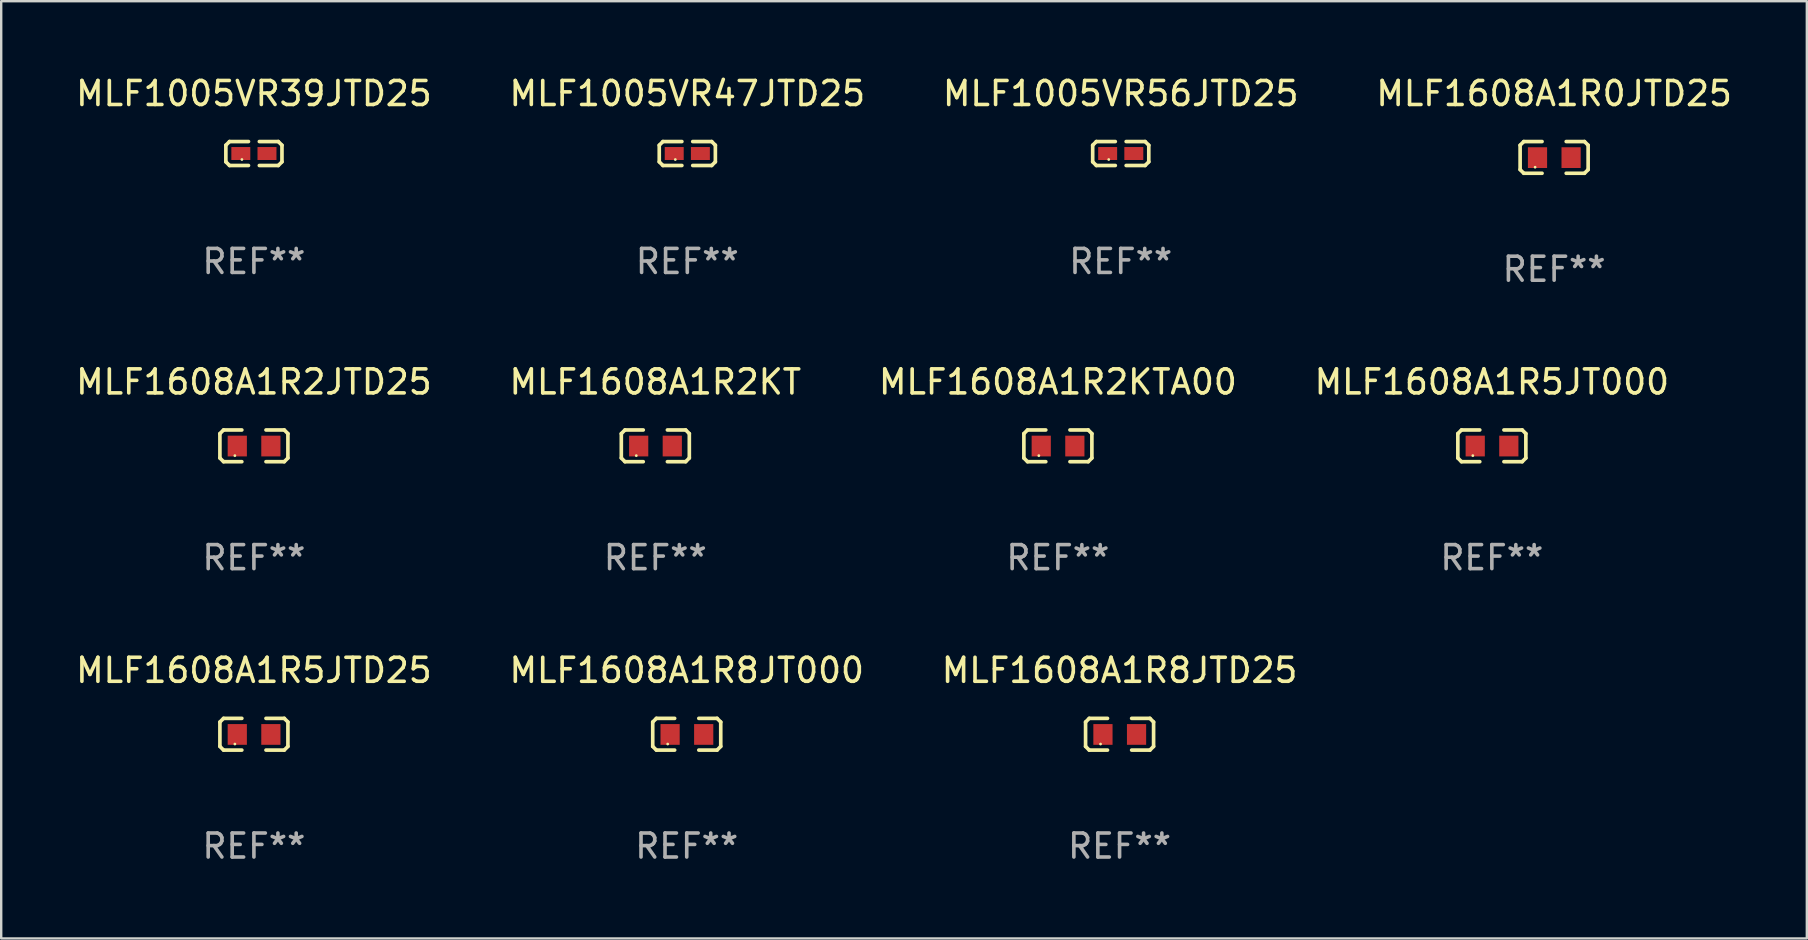
<source format=kicad_pcb>
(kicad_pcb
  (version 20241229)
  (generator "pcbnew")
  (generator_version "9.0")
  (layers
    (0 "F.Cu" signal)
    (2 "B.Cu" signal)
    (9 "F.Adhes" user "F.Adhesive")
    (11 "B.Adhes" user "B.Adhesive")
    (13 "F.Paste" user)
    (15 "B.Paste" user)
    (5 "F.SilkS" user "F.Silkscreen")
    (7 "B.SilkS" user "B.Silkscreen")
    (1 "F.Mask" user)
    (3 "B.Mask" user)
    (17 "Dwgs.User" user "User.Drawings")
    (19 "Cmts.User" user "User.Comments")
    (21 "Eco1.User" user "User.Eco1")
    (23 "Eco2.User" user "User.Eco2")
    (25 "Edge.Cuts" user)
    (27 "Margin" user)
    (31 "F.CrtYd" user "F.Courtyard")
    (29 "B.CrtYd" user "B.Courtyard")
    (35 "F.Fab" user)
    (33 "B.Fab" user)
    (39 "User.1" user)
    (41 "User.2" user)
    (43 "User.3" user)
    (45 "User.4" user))
  (footprint "MLF1608A1R5JT000"
    (layer "F.Cu")
    (at 59.113 15.527)
    (property "Reference" "MLF1608A1R5JT000" (at 0 -2.661 0) (layer "F.SilkS") (effects (font (size 1 1) (thickness 0.15))))
    (attr through_hole)
    (fp_line (start -1.417 -0.508) (end -1.265 -0.661) (stroke (width 0.152) (type solid)) (layer "F.SilkS"))
    (fp_line (start -1.417 0.508) (end -1.417 -0.508) (stroke (width 0.152) (type solid)) (layer "F.SilkS"))
    (fp_line (start -1.265 -0.661) (end -0.503 -0.661) (stroke (width 0.152) (type solid)) (layer "F.SilkS"))
    (fp_line (start -1.265 0.661) (end -1.417 0.508) (stroke (width 0.152) (type solid)) (layer "F.SilkS"))
    (fp_line (start -1.265 0.661) (end -0.503 0.661) (stroke (width 0.152) (type solid)) (layer "F.SilkS"))
    (fp_line (start 1.265 -0.661) (end 0.503 -0.661) (stroke (width 0.152) (type solid)) (layer "F.SilkS"))
    (fp_line (start 1.265 -0.661) (end 1.417 -0.508) (stroke (width 0.152) (type solid)) (layer "F.SilkS"))
    (fp_line (start 1.265 0.661) (end 0.503 0.661) (stroke (width 0.152) (type solid)) (layer "F.SilkS"))
    (fp_line (start 1.417 -0.508) (end 1.417 0.508) (stroke (width 0.152) (type solid)) (layer "F.SilkS"))
    (fp_line (start 1.417 0.508) (end 1.265 0.661) (stroke (width 0.152) (type solid)) (layer "F.SilkS"))
    (fp_circle (center -0.793 0.409) (end -0.763 0.409) (stroke (width 0.06) (type solid)) (fill no) (layer "F.SilkS"))
    (fp_text user "REF**" (at 0 4.661 0) (layer "F.Fab") (effects (font (size 1 1) (thickness 0.15))))
    (pad "1" smd rect (at -0.693 0.009 180) (size 0.8 0.864) (layers "F.Cu" "F.Mask" "F.Paste"))
    (pad "2" smd rect (at 0.707 0.009 180) (size 0.8 0.864) (layers "F.Cu" "F.Mask" "F.Paste")))
  (footprint "MLF1608A1R0JTD25"
    (layer "F.Cu")
    (at 61.708 3.509)
    (property "Reference" "MLF1608A1R0JTD25" (at 0 -2.661 0) (layer "F.SilkS") (effects (font (size 1 1) (thickness 0.15))))
    (attr through_hole)
    (fp_line (start -1.417 -0.508) (end -1.265 -0.661) (stroke (width 0.152) (type solid)) (layer "F.SilkS"))
    (fp_line (start -1.417 0.508) (end -1.417 -0.508) (stroke (width 0.152) (type solid)) (layer "F.SilkS"))
    (fp_line (start -1.265 -0.661) (end -0.503 -0.661) (stroke (width 0.152) (type solid)) (layer "F.SilkS"))
    (fp_line (start -1.265 0.661) (end -1.417 0.508) (stroke (width 0.152) (type solid)) (layer "F.SilkS"))
    (fp_line (start -1.265 0.661) (end -0.503 0.661) (stroke (width 0.152) (type solid)) (layer "F.SilkS"))
    (fp_line (start 1.265 -0.661) (end 0.503 -0.661) (stroke (width 0.152) (type solid)) (layer "F.SilkS"))
    (fp_line (start 1.265 -0.661) (end 1.417 -0.508) (stroke (width 0.152) (type solid)) (layer "F.SilkS"))
    (fp_line (start 1.265 0.661) (end 0.503 0.661) (stroke (width 0.152) (type solid)) (layer "F.SilkS"))
    (fp_line (start 1.417 -0.508) (end 1.417 0.508) (stroke (width 0.152) (type solid)) (layer "F.SilkS"))
    (fp_line (start 1.417 0.508) (end 1.265 0.661) (stroke (width 0.152) (type solid)) (layer "F.SilkS"))
    (fp_circle (center -0.793 0.409) (end -0.763 0.409) (stroke (width 0.06) (type solid)) (fill no) (layer "F.SilkS"))
    (fp_text user "REF**" (at 0 4.661 0) (layer "F.Fab") (effects (font (size 1 1) (thickness 0.15))))
    (pad "1" smd rect (at -0.693 0.009 180) (size 0.8 0.864) (layers "F.Cu" "F.Mask" "F.Paste"))
    (pad "2" smd rect (at 0.707 0.009 180) (size 0.8 0.864) (layers "F.Cu" "F.Mask" "F.Paste")))
  (footprint "MLF1005VR47JTD25"
    (layer "F.Cu")
    (at 25.589 3.347)
    (property "Reference" "MLF1005VR47JTD25" (at 0 -2.499 0) (layer "F.SilkS") (effects (font (size 1 1) (thickness 0.15))))
    (attr through_hole)
    (fp_line (start -1.169 -0.346) (end -1.016 -0.499) (stroke (width 0.152) (type solid)) (layer "F.SilkS"))
    (fp_line (start -1.169 0.346) (end -1.169 -0.346) (stroke (width 0.152) (type solid)) (layer "F.SilkS"))
    (fp_line (start -1.016 -0.499) (end -0.226 -0.499) (stroke (width 0.152) (type solid)) (layer "F.SilkS"))
    (fp_line (start -1.016 0.499) (end -1.169 0.346) (stroke (width 0.152) (type solid)) (layer "F.SilkS"))
    (fp_line (start -0.226 0.499) (end -1.016 0.499) (stroke (width 0.152) (type solid)) (layer "F.SilkS"))
    (fp_line (start 0.226 0.499) (end 1.016 0.499) (stroke (width 0.152) (type solid)) (layer "F.SilkS"))
    (fp_line (start 1.016 -0.499) (end 0.226 -0.499) (stroke (width 0.152) (type solid)) (layer "F.SilkS"))
    (fp_line (start 1.016 0.499) (end 1.169 0.346) (stroke (width 0.152) (type solid)) (layer "F.SilkS"))
    (fp_line (start 1.169 -0.346) (end 1.016 -0.499) (stroke (width 0.152) (type solid)) (layer "F.SilkS"))
    (fp_line (start 1.169 0.346) (end 1.169 -0.346) (stroke (width 0.152) (type solid)) (layer "F.SilkS"))
    (fp_circle (center -0.5 0.25) (end -0.47 0.25) (stroke (width 0.06) (type solid)) (fill no) (layer "F.SilkS"))
    (fp_text user "REF**" (at 0 4.499 0) (layer "F.Fab") (effects (font (size 1 1) (thickness 0.15))))
    (pad "1" smd rect (at -0.545 0) (size 0.79 0.54) (layers "F.Cu" "F.Mask" "F.Paste"))
    (pad "2" smd rect (at 0.545 0) (size 0.79 0.54) (layers "F.Cu" "F.Mask" "F.Paste")))
  (footprint "MLF1005VR56JTD25"
    (layer "F.Cu")
    (at 43.649 3.347)
    (property "Reference" "MLF1005VR56JTD25" (at 0 -2.499 0) (layer "F.SilkS") (effects (font (size 1 1) (thickness 0.15))))
    (attr through_hole)
    (fp_line (start -1.169 -0.346) (end -1.016 -0.499) (stroke (width 0.152) (type solid)) (layer "F.SilkS"))
    (fp_line (start -1.169 0.346) (end -1.169 -0.346) (stroke (width 0.152) (type solid)) (layer "F.SilkS"))
    (fp_line (start -1.016 -0.499) (end -0.226 -0.499) (stroke (width 0.152) (type solid)) (layer "F.SilkS"))
    (fp_line (start -1.016 0.499) (end -1.169 0.346) (stroke (width 0.152) (type solid)) (layer "F.SilkS"))
    (fp_line (start -0.226 0.499) (end -1.016 0.499) (stroke (width 0.152) (type solid)) (layer "F.SilkS"))
    (fp_line (start 0.226 0.499) (end 1.016 0.499) (stroke (width 0.152) (type solid)) (layer "F.SilkS"))
    (fp_line (start 1.016 -0.499) (end 0.226 -0.499) (stroke (width 0.152) (type solid)) (layer "F.SilkS"))
    (fp_line (start 1.016 0.499) (end 1.169 0.346) (stroke (width 0.152) (type solid)) (layer "F.SilkS"))
    (fp_line (start 1.169 -0.346) (end 1.016 -0.499) (stroke (width 0.152) (type solid)) (layer "F.SilkS"))
    (fp_line (start 1.169 0.346) (end 1.169 -0.346) (stroke (width 0.152) (type solid)) (layer "F.SilkS"))
    (fp_circle (center -0.5 0.25) (end -0.47 0.25) (stroke (width 0.06) (type solid)) (fill no) (layer "F.SilkS"))
    (fp_text user "REF**" (at 0 4.499 0) (layer "F.Fab") (effects (font (size 1 1) (thickness 0.15))))
    (pad "1" smd rect (at -0.545 0) (size 0.79 0.54) (layers "F.Cu" "F.Mask" "F.Paste"))
    (pad "2" smd rect (at 0.545 0) (size 0.79 0.54) (layers "F.Cu" "F.Mask" "F.Paste")))
  (footprint "MLF1608A1R8JT000"
    (layer "F.Cu")
    (at 25.565 27.544)
    (property "Reference" "MLF1608A1R8JT000" (at 0 -2.661 0) (layer "F.SilkS") (effects (font (size 1 1) (thickness 0.15))))
    (attr through_hole)
    (fp_line (start -1.417 -0.508) (end -1.265 -0.661) (stroke (width 0.152) (type solid)) (layer "F.SilkS"))
    (fp_line (start -1.417 0.508) (end -1.417 -0.508) (stroke (width 0.152) (type solid)) (layer "F.SilkS"))
    (fp_line (start -1.265 -0.661) (end -0.503 -0.661) (stroke (width 0.152) (type solid)) (layer "F.SilkS"))
    (fp_line (start -1.265 0.661) (end -1.417 0.508) (stroke (width 0.152) (type solid)) (layer "F.SilkS"))
    (fp_line (start -1.265 0.661) (end -0.503 0.661) (stroke (width 0.152) (type solid)) (layer "F.SilkS"))
    (fp_line (start 1.265 -0.661) (end 0.503 -0.661) (stroke (width 0.152) (type solid)) (layer "F.SilkS"))
    (fp_line (start 1.265 -0.661) (end 1.417 -0.508) (stroke (width 0.152) (type solid)) (layer "F.SilkS"))
    (fp_line (start 1.265 0.661) (end 0.503 0.661) (stroke (width 0.152) (type solid)) (layer "F.SilkS"))
    (fp_line (start 1.417 -0.508) (end 1.417 0.508) (stroke (width 0.152) (type solid)) (layer "F.SilkS"))
    (fp_line (start 1.417 0.508) (end 1.265 0.661) (stroke (width 0.152) (type solid)) (layer "F.SilkS"))
    (fp_circle (center -0.793 0.409) (end -0.763 0.409) (stroke (width 0.06) (type solid)) (fill no) (layer "F.SilkS"))
    (fp_text user "REF**" (at 0 4.661 0) (layer "F.Fab") (effects (font (size 1 1) (thickness 0.15))))
    (pad "1" smd rect (at -0.693 0.009 180) (size 0.8 0.864) (layers "F.Cu" "F.Mask" "F.Paste"))
    (pad "2" smd rect (at 0.707 0.009 180) (size 0.8 0.864) (layers "F.Cu" "F.Mask" "F.Paste")))
  (footprint "MLF1608A1R2KTA00"
    (layer "F.Cu")
    (at 41.03 15.527)
    (property "Reference" "MLF1608A1R2KTA00" (at 0 -2.661 0) (layer "F.SilkS") (effects (font (size 1 1) (thickness 0.15))))
    (attr through_hole)
    (fp_line (start -1.417 -0.508) (end -1.265 -0.661) (stroke (width 0.152) (type solid)) (layer "F.SilkS"))
    (fp_line (start -1.417 0.508) (end -1.417 -0.508) (stroke (width 0.152) (type solid)) (layer "F.SilkS"))
    (fp_line (start -1.265 -0.661) (end -0.503 -0.661) (stroke (width 0.152) (type solid)) (layer "F.SilkS"))
    (fp_line (start -1.265 0.661) (end -1.417 0.508) (stroke (width 0.152) (type solid)) (layer "F.SilkS"))
    (fp_line (start -1.265 0.661) (end -0.503 0.661) (stroke (width 0.152) (type solid)) (layer "F.SilkS"))
    (fp_line (start 1.265 -0.661) (end 0.503 -0.661) (stroke (width 0.152) (type solid)) (layer "F.SilkS"))
    (fp_line (start 1.265 -0.661) (end 1.417 -0.508) (stroke (width 0.152) (type solid)) (layer "F.SilkS"))
    (fp_line (start 1.265 0.661) (end 0.503 0.661) (stroke (width 0.152) (type solid)) (layer "F.SilkS"))
    (fp_line (start 1.417 -0.508) (end 1.417 0.508) (stroke (width 0.152) (type solid)) (layer "F.SilkS"))
    (fp_line (start 1.417 0.508) (end 1.265 0.661) (stroke (width 0.152) (type solid)) (layer "F.SilkS"))
    (fp_circle (center -0.793 0.409) (end -0.763 0.409) (stroke (width 0.06) (type solid)) (fill no) (layer "F.SilkS"))
    (fp_text user "REF**" (at 0 4.661 0) (layer "F.Fab") (effects (font (size 1 1) (thickness 0.15))))
    (pad "1" smd rect (at -0.693 0.009 180) (size 0.8 0.864) (layers "F.Cu" "F.Mask" "F.Paste"))
    (pad "2" smd rect (at 0.707 0.009 180) (size 0.8 0.864) (layers "F.Cu" "F.Mask" "F.Paste")))
  (footprint "MLF1005VR39JTD25"
    (layer "F.Cu")
    (at 7.53 3.347)
    (property "Reference" "MLF1005VR39JTD25" (at 0 -2.499 0) (layer "F.SilkS") (effects (font (size 1 1) (thickness 0.15))))
    (attr through_hole)
    (fp_line (start -1.169 -0.346) (end -1.016 -0.499) (stroke (width 0.152) (type solid)) (layer "F.SilkS"))
    (fp_line (start -1.169 0.346) (end -1.169 -0.346) (stroke (width 0.152) (type solid)) (layer "F.SilkS"))
    (fp_line (start -1.016 -0.499) (end -0.226 -0.499) (stroke (width 0.152) (type solid)) (layer "F.SilkS"))
    (fp_line (start -1.016 0.499) (end -1.169 0.346) (stroke (width 0.152) (type solid)) (layer "F.SilkS"))
    (fp_line (start -0.226 0.499) (end -1.016 0.499) (stroke (width 0.152) (type solid)) (layer "F.SilkS"))
    (fp_line (start 0.226 0.499) (end 1.016 0.499) (stroke (width 0.152) (type solid)) (layer "F.SilkS"))
    (fp_line (start 1.016 -0.499) (end 0.226 -0.499) (stroke (width 0.152) (type solid)) (layer "F.SilkS"))
    (fp_line (start 1.016 0.499) (end 1.169 0.346) (stroke (width 0.152) (type solid)) (layer "F.SilkS"))
    (fp_line (start 1.169 -0.346) (end 1.016 -0.499) (stroke (width 0.152) (type solid)) (layer "F.SilkS"))
    (fp_line (start 1.169 0.346) (end 1.169 -0.346) (stroke (width 0.152) (type solid)) (layer "F.SilkS"))
    (fp_circle (center -0.5 0.25) (end -0.47 0.25) (stroke (width 0.06) (type solid)) (fill no) (layer "F.SilkS"))
    (fp_text user "REF**" (at 0 4.499 0) (layer "F.Fab") (effects (font (size 1 1) (thickness 0.15))))
    (pad "1" smd rect (at -0.545 0) (size 0.79 0.54) (layers "F.Cu" "F.Mask" "F.Paste"))
    (pad "2" smd rect (at 0.545 0) (size 0.79 0.54) (layers "F.Cu" "F.Mask" "F.Paste")))
  (footprint "MLF1608A1R2JTD25"
    (layer "F.Cu")
    (at 7.53 15.527)
    (property "Reference" "MLF1608A1R2JTD25" (at 0 -2.661 0) (layer "F.SilkS") (effects (font (size 1 1) (thickness 0.15))))
    (attr through_hole)
    (fp_line (start -1.417 -0.508) (end -1.265 -0.661) (stroke (width 0.152) (type solid)) (layer "F.SilkS"))
    (fp_line (start -1.417 0.508) (end -1.417 -0.508) (stroke (width 0.152) (type solid)) (layer "F.SilkS"))
    (fp_line (start -1.265 -0.661) (end -0.503 -0.661) (stroke (width 0.152) (type solid)) (layer "F.SilkS"))
    (fp_line (start -1.265 0.661) (end -1.417 0.508) (stroke (width 0.152) (type solid)) (layer "F.SilkS"))
    (fp_line (start -1.265 0.661) (end -0.503 0.661) (stroke (width 0.152) (type solid)) (layer "F.SilkS"))
    (fp_line (start 1.265 -0.661) (end 0.503 -0.661) (stroke (width 0.152) (type solid)) (layer "F.SilkS"))
    (fp_line (start 1.265 -0.661) (end 1.417 -0.508) (stroke (width 0.152) (type solid)) (layer "F.SilkS"))
    (fp_line (start 1.265 0.661) (end 0.503 0.661) (stroke (width 0.152) (type solid)) (layer "F.SilkS"))
    (fp_line (start 1.417 -0.508) (end 1.417 0.508) (stroke (width 0.152) (type solid)) (layer "F.SilkS"))
    (fp_line (start 1.417 0.508) (end 1.265 0.661) (stroke (width 0.152) (type solid)) (layer "F.SilkS"))
    (fp_circle (center -0.793 0.409) (end -0.763 0.409) (stroke (width 0.06) (type solid)) (fill no) (layer "F.SilkS"))
    (fp_text user "REF**" (at 0 4.661 0) (layer "F.Fab") (effects (font (size 1 1) (thickness 0.15))))
    (pad "1" smd rect (at -0.693 0.009 180) (size 0.8 0.864) (layers "F.Cu" "F.Mask" "F.Paste"))
    (pad "2" smd rect (at 0.707 0.009 180) (size 0.8 0.864) (layers "F.Cu" "F.Mask" "F.Paste")))
  (footprint "MLF1608A1R5JTD25"
    (layer "F.Cu")
    (at 7.53 27.544)
    (property "Reference" "MLF1608A1R5JTD25" (at 0 -2.661 0) (layer "F.SilkS") (effects (font (size 1 1) (thickness 0.15))))
    (attr through_hole)
    (fp_line (start -1.417 -0.508) (end -1.265 -0.661) (stroke (width 0.152) (type solid)) (layer "F.SilkS"))
    (fp_line (start -1.417 0.508) (end -1.417 -0.508) (stroke (width 0.152) (type solid)) (layer "F.SilkS"))
    (fp_line (start -1.265 -0.661) (end -0.503 -0.661) (stroke (width 0.152) (type solid)) (layer "F.SilkS"))
    (fp_line (start -1.265 0.661) (end -1.417 0.508) (stroke (width 0.152) (type solid)) (layer "F.SilkS"))
    (fp_line (start -1.265 0.661) (end -0.503 0.661) (stroke (width 0.152) (type solid)) (layer "F.SilkS"))
    (fp_line (start 1.265 -0.661) (end 0.503 -0.661) (stroke (width 0.152) (type solid)) (layer "F.SilkS"))
    (fp_line (start 1.265 -0.661) (end 1.417 -0.508) (stroke (width 0.152) (type solid)) (layer "F.SilkS"))
    (fp_line (start 1.265 0.661) (end 0.503 0.661) (stroke (width 0.152) (type solid)) (layer "F.SilkS"))
    (fp_line (start 1.417 -0.508) (end 1.417 0.508) (stroke (width 0.152) (type solid)) (layer "F.SilkS"))
    (fp_line (start 1.417 0.508) (end 1.265 0.661) (stroke (width 0.152) (type solid)) (layer "F.SilkS"))
    (fp_circle (center -0.793 0.409) (end -0.763 0.409) (stroke (width 0.06) (type solid)) (fill no) (layer "F.SilkS"))
    (fp_text user "REF**" (at 0 4.661 0) (layer "F.Fab") (effects (font (size 1 1) (thickness 0.15))))
    (pad "1" smd rect (at -0.693 0.009 180) (size 0.8 0.864) (layers "F.Cu" "F.Mask" "F.Paste"))
    (pad "2" smd rect (at 0.707 0.009 180) (size 0.8 0.864) (layers "F.Cu" "F.Mask" "F.Paste")))
  (footprint "MLF1608A1R2KT"
    (layer "F.Cu")
    (at 24.256 15.527)
    (property "Reference" "MLF1608A1R2KT" (at 0 -2.661 0) (layer "F.SilkS") (effects (font (size 1 1) (thickness 0.15))))
    (attr through_hole)
    (fp_line (start -1.417 -0.508) (end -1.265 -0.661) (stroke (width 0.152) (type solid)) (layer "F.SilkS"))
    (fp_line (start -1.417 0.508) (end -1.417 -0.508) (stroke (width 0.152) (type solid)) (layer "F.SilkS"))
    (fp_line (start -1.265 -0.661) (end -0.503 -0.661) (stroke (width 0.152) (type solid)) (layer "F.SilkS"))
    (fp_line (start -1.265 0.661) (end -1.417 0.508) (stroke (width 0.152) (type solid)) (layer "F.SilkS"))
    (fp_line (start -1.265 0.661) (end -0.503 0.661) (stroke (width 0.152) (type solid)) (layer "F.SilkS"))
    (fp_line (start 1.265 -0.661) (end 0.503 -0.661) (stroke (width 0.152) (type solid)) (layer "F.SilkS"))
    (fp_line (start 1.265 -0.661) (end 1.417 -0.508) (stroke (width 0.152) (type solid)) (layer "F.SilkS"))
    (fp_line (start 1.265 0.661) (end 0.503 0.661) (stroke (width 0.152) (type solid)) (layer "F.SilkS"))
    (fp_line (start 1.417 -0.508) (end 1.417 0.508) (stroke (width 0.152) (type solid)) (layer "F.SilkS"))
    (fp_line (start 1.417 0.508) (end 1.265 0.661) (stroke (width 0.152) (type solid)) (layer "F.SilkS"))
    (fp_circle (center -0.793 0.409) (end -0.763 0.409) (stroke (width 0.06) (type solid)) (fill no) (layer "F.SilkS"))
    (fp_text user "REF**" (at 0 4.661 0) (layer "F.Fab") (effects (font (size 1 1) (thickness 0.15))))
    (pad "1" smd rect (at -0.693 0.009 180) (size 0.8 0.864) (layers "F.Cu" "F.Mask" "F.Paste"))
    (pad "2" smd rect (at 0.707 0.009 180) (size 0.8 0.864) (layers "F.Cu" "F.Mask" "F.Paste")))
  (footprint "MLF1608A1R8JTD25"
    (layer "F.Cu")
    (at 43.601 27.544)
    (property "Reference" "MLF1608A1R8JTD25" (at 0 -2.661 0) (layer "F.SilkS") (effects (font (size 1 1) (thickness 0.15))))
    (attr through_hole)
    (fp_line (start -1.417 -0.508) (end -1.265 -0.661) (stroke (width 0.152) (type solid)) (layer "F.SilkS"))
    (fp_line (start -1.417 0.508) (end -1.417 -0.508) (stroke (width 0.152) (type solid)) (layer "F.SilkS"))
    (fp_line (start -1.265 -0.661) (end -0.503 -0.661) (stroke (width 0.152) (type solid)) (layer "F.SilkS"))
    (fp_line (start -1.265 0.661) (end -1.417 0.508) (stroke (width 0.152) (type solid)) (layer "F.SilkS"))
    (fp_line (start -1.265 0.661) (end -0.503 0.661) (stroke (width 0.152) (type solid)) (layer "F.SilkS"))
    (fp_line (start 1.265 -0.661) (end 0.503 -0.661) (stroke (width 0.152) (type solid)) (layer "F.SilkS"))
    (fp_line (start 1.265 -0.661) (end 1.417 -0.508) (stroke (width 0.152) (type solid)) (layer "F.SilkS"))
    (fp_line (start 1.265 0.661) (end 0.503 0.661) (stroke (width 0.152) (type solid)) (layer "F.SilkS"))
    (fp_line (start 1.417 -0.508) (end 1.417 0.508) (stroke (width 0.152) (type solid)) (layer "F.SilkS"))
    (fp_line (start 1.417 0.508) (end 1.265 0.661) (stroke (width 0.152) (type solid)) (layer "F.SilkS"))
    (fp_circle (center -0.793 0.409) (end -0.763 0.409) (stroke (width 0.06) (type solid)) (fill no) (layer "F.SilkS"))
    (fp_text user "REF**" (at 0 4.661 0) (layer "F.Fab") (effects (font (size 1 1) (thickness 0.15))))
    (pad "1" smd rect (at -0.693 0.009 180) (size 0.8 0.864) (layers "F.Cu" "F.Mask" "F.Paste"))
    (pad "2" smd rect (at 0.707 0.009 180) (size 0.8 0.864) (layers "F.Cu" "F.Mask" "F.Paste")))
  (gr_rect
    (start -3 -3)
    (end 72.238 36.053)
    (stroke (width 0.1) (type default))
    (fill no)
    (layer "Edge.Cuts")))
</source>
